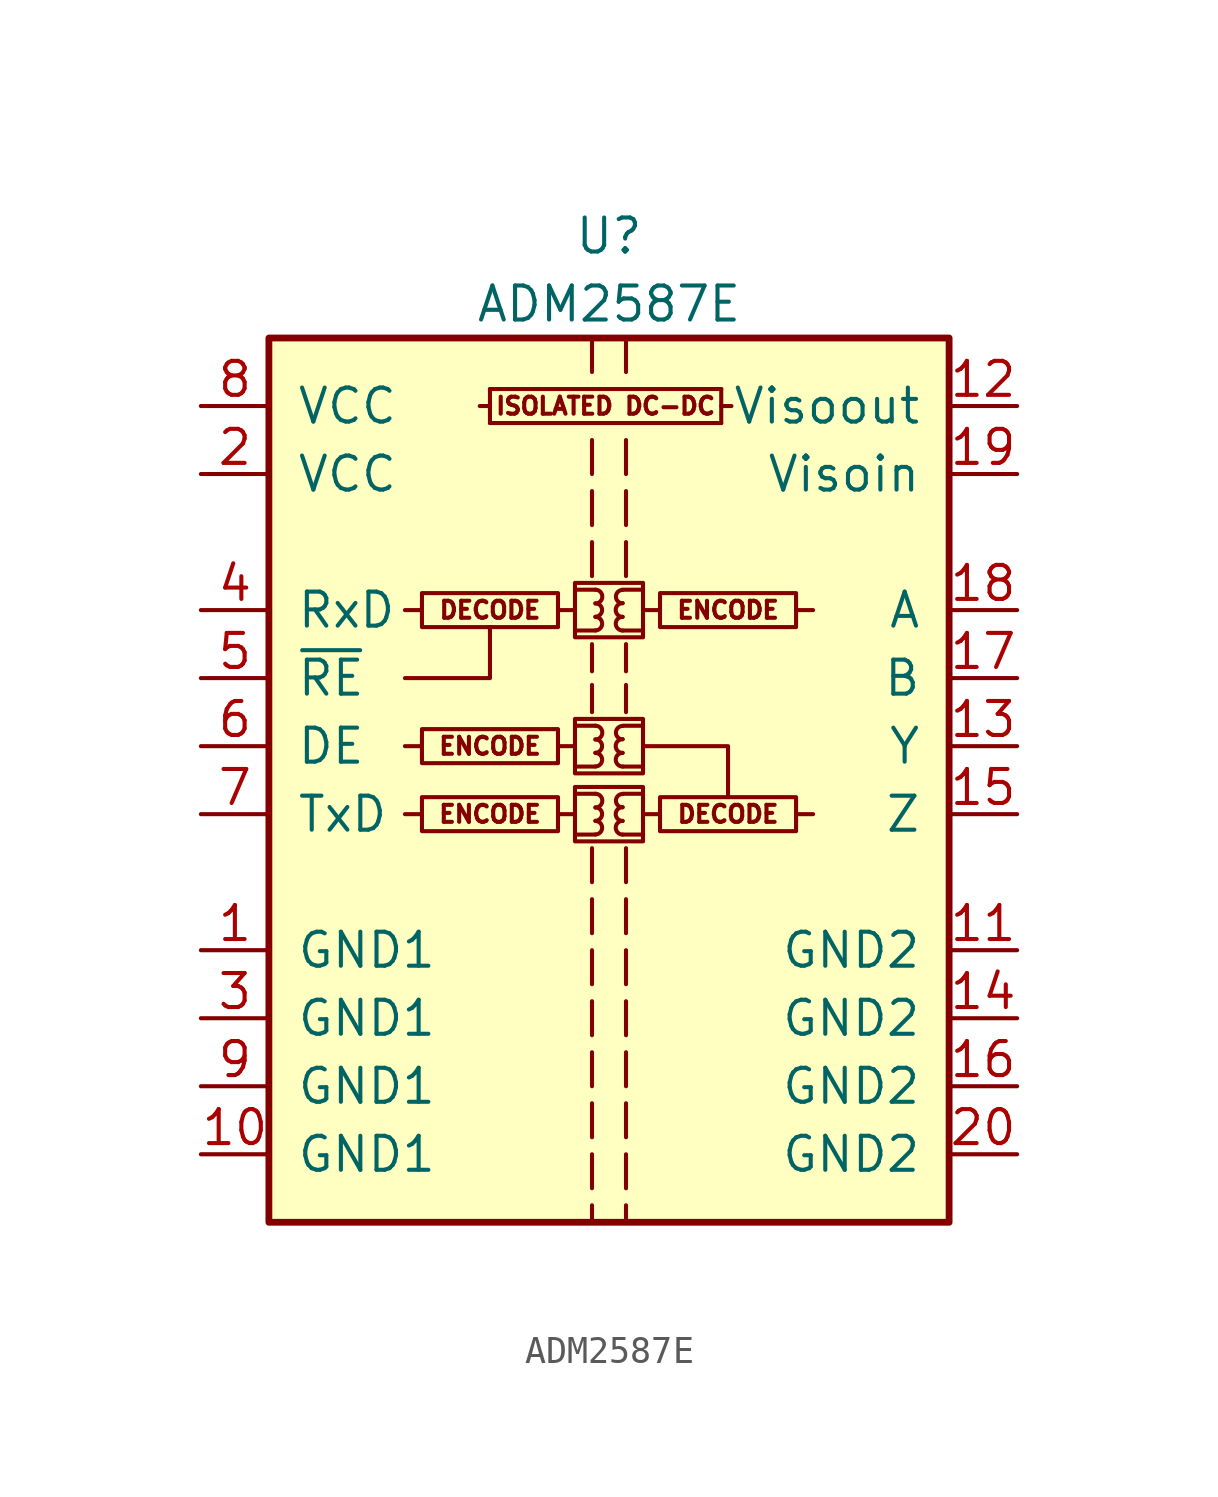
<source format=kicad_sym>
(kicad_symbol_lib
  (version 20201005)
  (generator kicad_symbol_editor)
  (symbol "ADM2587E"
    (pin_names
      (offset 1.016))
    (property "Reference" "U"
      (at 0 21.59 0)
      (effects (font (size 1.27 1.27))))
    (property "Value" "ADM2587E"
      (at 0 19.05 0)
      (effects (font (size 1.27 1.27))))
    (symbol "ADM2587E_0_0"
      (arc (start -0.508 -0.762) (end -0.508 -0.254) (radius (at -0.508 -0.508) (length 0.254) (angles -89.9 89.9)) (stroke (width 0)) (fill (type none)))
      (arc (start -0.508 -0.254) (end -0.508 0.254) (radius (at -0.508 0) (length 0.254) (angles -89.9 89.9)) (stroke (width 0)) (fill (type none)))
      (arc (start -0.508 0.254) (end -0.508 0.762) (radius (at -0.508 0.508) (length 0.254) (angles -89.9 89.9)) (stroke (width 0)) (fill (type none)))
      (arc (start -0.508 1.778) (end -0.508 2.286) (radius (at -0.508 2.032) (length 0.254) (angles -89.9 89.9)) (stroke (width 0)) (fill (type none)))
      (arc (start -0.508 2.286) (end -0.508 2.794) (radius (at -0.508 2.54) (length 0.254) (angles -89.9 89.9)) (stroke (width 0)) (fill (type none)))
      (arc (start -0.508 2.794) (end -0.508 3.302) (radius (at -0.508 3.048) (length 0.254) (angles -89.9 89.9)) (stroke (width 0)) (fill (type none)))
      (arc (start -0.508 6.858) (end -0.508 7.366) (radius (at -0.508 7.112) (length 0.254) (angles -89.9 89.9)) (stroke (width 0)) (fill (type none)))
      (arc (start -0.508 7.366) (end -0.508 7.874) (radius (at -0.508 7.62) (length 0.254) (angles -89.9 89.9)) (stroke (width 0)) (fill (type none)))
      (arc (start -0.508 7.874) (end -0.508 8.382) (radius (at -0.508 8.128) (length 0.254) (angles -89.9 89.9)) (stroke (width 0)) (fill (type none)))
      (arc (start 0.508 -0.254) (end 0.508 -0.762) (radius (at 0.508 -0.508) (length 0.254) (angles 90.1 -90.1)) (stroke (width 0)) (fill (type none)))
      (arc (start 0.508 0.254) (end 0.508 -0.254) (radius (at 0.508 0) (length 0.254) (angles 90.1 -90.1)) (stroke (width 0)) (fill (type none)))
      (arc (start 0.508 0.762) (end 0.508 0.254) (radius (at 0.508 0.508) (length 0.254) (angles 90.1 -90.1)) (stroke (width 0)) (fill (type none)))
      (arc (start 0.508 2.286) (end 0.508 1.778) (radius (at 0.508 2.032) (length 0.254) (angles 90.1 -90.1)) (stroke (width 0)) (fill (type none)))
      (arc (start 0.508 2.794) (end 0.508 2.286) (radius (at 0.508 2.54) (length 0.254) (angles 90.1 -90.1)) (stroke (width 0)) (fill (type none)))
      (arc (start 0.508 3.302) (end 0.508 2.794) (radius (at 0.508 3.048) (length 0.254) (angles 90.1 -90.1)) (stroke (width 0)) (fill (type none)))
      (arc (start 0.508 7.366) (end 0.508 6.858) (radius (at 0.508 7.112) (length 0.254) (angles 90.1 -90.1)) (stroke (width 0)) (fill (type none)))
      (arc (start 0.508 7.874) (end 0.508 7.366) (radius (at 0.508 7.62) (length 0.254) (angles 90.1 -90.1)) (stroke (width 0)) (fill (type none)))
      (arc (start 0.508 8.382) (end 0.508 7.874) (radius (at 0.508 8.128) (length 0.254) (angles 90.1 -90.1)) (stroke (width 0)) (fill (type none)))
      (text "DECODE" (at -4.445 7.62 0) (effects (font (size 0.635 0.635))))
      (text "DECODE" (at 4.445 0 0) (effects (font (size 0.635 0.635))))
      (text "ENCODE" (at -4.445 0 0) (effects (font (size 0.635 0.635))))
      (text "ENCODE" (at -4.445 2.54 0) (effects (font (size 0.635 0.635))))
      (text "ENCODE" (at 4.445 7.62 0) (effects (font (size 0.635 0.635))))
      (text "ISOLATED DC-DC" (at -0.127 15.24 0) (effects (font (size 0.635 0.635))))
      (rectangle (start -1.905 0.635) (end -6.985 -0.635) (stroke (width 0)) (fill (type none)))
      (rectangle (start -1.27 1.016) (end 1.27 -1.016) (stroke (width 0)) (fill (type none)))
      (rectangle (start -1.27 3.556) (end 1.27 1.524) (stroke (width 0)) (fill (type none)))
      (rectangle (start -1.27 8.636) (end 1.27 6.604) (stroke (width 0)) (fill (type none)))
      (rectangle (start 1.905 0.635) (end 6.985 -0.635) (stroke (width 0)) (fill (type none)))
      (rectangle (start 1.905 8.255) (end 6.985 6.985) (stroke (width 0)) (fill (type none)))
      (polyline (pts (xy -6.985 0) (xy -7.62 0)) (stroke (width 0)) (fill (type none)))
      (polyline (pts (xy -6.985 2.54) (xy -7.62 2.54)) (stroke (width 0)) (fill (type none)))
      (polyline (pts (xy -6.985 7.62) (xy -7.62 7.62)) (stroke (width 0)) (fill (type none)))
      (polyline (pts (xy -4.445 14.605) (xy 4.191 14.605)) (stroke (width 0)) (fill (type none)))
      (polyline (pts (xy -4.445 15.24) (xy -4.826 15.24)) (stroke (width 0)) (fill (type none)))
      (polyline (pts (xy -4.445 15.875) (xy -4.445 14.605)) (stroke (width 0)) (fill (type none)))
      (polyline (pts (xy -1.905 0) (xy -1.27 0)) (stroke (width 0)) (fill (type none)))
      (polyline (pts (xy -1.905 2.54) (xy -1.27 2.54)) (stroke (width 0)) (fill (type none)))
      (polyline (pts (xy -1.905 7.62) (xy -1.27 7.62)) (stroke (width 0)) (fill (type none)))
      (polyline (pts (xy -1.27 -0.762) (xy -0.508 -0.762)) (stroke (width 0)) (fill (type none)))
      (polyline (pts (xy -1.27 0.762) (xy -0.508 0.762)) (stroke (width 0)) (fill (type none)))
      (polyline (pts (xy -1.27 1.778) (xy -0.508 1.778)) (stroke (width 0)) (fill (type none)))
      (polyline (pts (xy -1.27 3.302) (xy -0.508 3.302)) (stroke (width 0)) (fill (type none)))
      (polyline (pts (xy -1.27 6.858) (xy -0.508 6.858)) (stroke (width 0)) (fill (type none)))
      (polyline (pts (xy -1.27 8.382) (xy -0.508 8.382)) (stroke (width 0)) (fill (type none)))
      (polyline (pts (xy -0.635 -14.605) (xy -0.635 -15.24)) (stroke (width 0)) (fill (type none)))
      (polyline (pts (xy -0.635 -12.7) (xy -0.635 -13.97)) (stroke (width 0)) (fill (type none)))
      (polyline (pts (xy -0.635 -10.795) (xy -0.635 -12.065)) (stroke (width 0)) (fill (type none)))
      (polyline (pts (xy -0.635 -8.89) (xy -0.635 -10.16)) (stroke (width 0)) (fill (type none)))
      (polyline (pts (xy -0.635 -6.985) (xy -0.635 -8.255)) (stroke (width 0)) (fill (type none)))
      (polyline (pts (xy -0.635 -5.08) (xy -0.635 -6.35)) (stroke (width 0)) (fill (type none)))
      (polyline (pts (xy -0.635 -3.175) (xy -0.635 -4.445)) (stroke (width 0)) (fill (type none)))
      (polyline (pts (xy -0.635 -1.27) (xy -0.635 -2.54)) (stroke (width 0)) (fill (type none)))
      (polyline (pts (xy -0.635 4.826) (xy -0.635 3.81)) (stroke (width 0)) (fill (type none)))
      (polyline (pts (xy -0.635 6.35) (xy -0.635 5.334)) (stroke (width 0)) (fill (type none)))
      (polyline (pts (xy -0.635 8.89) (xy -0.635 10.16)) (stroke (width 0)) (fill (type none)))
      (polyline (pts (xy -0.635 10.795) (xy -0.635 12.065)) (stroke (width 0)) (fill (type none)))
      (polyline (pts (xy -0.635 12.7) (xy -0.635 13.97)) (stroke (width 0)) (fill (type none)))
      (polyline (pts (xy -0.635 17.78) (xy -0.635 16.51)) (stroke (width 0)) (fill (type none)))
      (polyline (pts (xy 0.635 -14.605) (xy 0.635 -15.24)) (stroke (width 0)) (fill (type none)))
      (polyline (pts (xy 0.635 -12.7) (xy 0.635 -13.97)) (stroke (width 0)) (fill (type none)))
      (polyline (pts (xy 0.635 -10.795) (xy 0.635 -12.065)) (stroke (width 0)) (fill (type none)))
      (polyline (pts (xy 0.635 -8.89) (xy 0.635 -10.16)) (stroke (width 0)) (fill (type none)))
      (polyline (pts (xy 0.635 -6.985) (xy 0.635 -8.255)) (stroke (width 0)) (fill (type none)))
      (polyline (pts (xy 0.635 -5.08) (xy 0.635 -6.35)) (stroke (width 0)) (fill (type none)))
      (polyline (pts (xy 0.635 -3.175) (xy 0.635 -4.445)) (stroke (width 0)) (fill (type none)))
      (polyline (pts (xy 0.635 -1.27) (xy 0.635 -2.54)) (stroke (width 0)) (fill (type none)))
      (polyline (pts (xy 0.635 3.81) (xy 0.635 4.826)) (stroke (width 0)) (fill (type none)))
      (polyline (pts (xy 0.635 6.35) (xy 0.635 5.334)) (stroke (width 0)) (fill (type none)))
      (polyline (pts (xy 0.635 8.89) (xy 0.635 10.16)) (stroke (width 0)) (fill (type none)))
      (polyline (pts (xy 0.635 12.065) (xy 0.635 10.795)) (stroke (width 0)) (fill (type none)))
      (polyline (pts (xy 0.635 13.97) (xy 0.635 12.7)) (stroke (width 0)) (fill (type none)))
      (polyline (pts (xy 0.635 17.78) (xy 0.635 16.51)) (stroke (width 0)) (fill (type none)))
      (polyline (pts (xy 1.27 -0.762) (xy 0.508 -0.762)) (stroke (width 0)) (fill (type none)))
      (polyline (pts (xy 1.27 0.762) (xy 0.508 0.762)) (stroke (width 0)) (fill (type none)))
      (polyline (pts (xy 1.27 1.778) (xy 0.508 1.778)) (stroke (width 0)) (fill (type none)))
      (polyline (pts (xy 1.27 3.302) (xy 0.508 3.302)) (stroke (width 0)) (fill (type none)))
      (polyline (pts (xy 1.27 6.858) (xy 0.508 6.858)) (stroke (width 0)) (fill (type none)))
      (polyline (pts (xy 1.27 8.382) (xy 0.508 8.382)) (stroke (width 0)) (fill (type none)))
      (polyline (pts (xy 1.905 0) (xy 1.27 0)) (stroke (width 0)) (fill (type none)))
      (polyline (pts (xy 1.905 7.62) (xy 1.27 7.62)) (stroke (width 0)) (fill (type none)))
      (polyline (pts (xy 4.191 15.24) (xy 4.572 15.24)) (stroke (width 0)) (fill (type none)))
      (polyline (pts (xy 4.191 15.875) (xy -4.445 15.875)) (stroke (width 0)) (fill (type none)))
      (polyline (pts (xy 4.191 15.875) (xy 4.191 14.605)) (stroke (width 0)) (fill (type none)))
      (polyline (pts (xy 6.985 0) (xy 7.62 0)) (stroke (width 0)) (fill (type none)))
      (polyline (pts (xy 6.985 7.62) (xy 7.62 7.62)) (stroke (width 0)) (fill (type none))))
    (symbol "ADM2587E_0_1"
      (rectangle (start -12.7 17.78) (end 12.7 -15.24) (stroke (width 0.254)) (fill (type background)))
      (rectangle (start -1.905 3.175) (end -6.985 1.905) (stroke (width 0)) (fill (type none)))
      (rectangle (start -1.905 8.255) (end -6.985 6.985) (stroke (width 0)) (fill (type none)))
      (polyline (pts (xy -7.62 5.08) (xy -4.445 5.08) (xy -4.445 6.985)) (stroke (width 0)) (fill (type none)))
      (polyline (pts (xy 1.27 2.54) (xy 4.445 2.54) (xy 4.445 0.635)) (stroke (width 0)) (fill (type none))))
    (symbol "ADM2587E_1_1"
      (pin power_in line (at -15.24 -5.08 0) (length 2.54) (name "GND1" (effects (font (size 1.27 1.27)))) (number "1" (effects (font (size 1.27 1.27)))))
      (pin power_in line (at -15.24 -12.7 0) (length 2.54) (name "GND1" (effects (font (size 1.27 1.27)))) (number "10" (effects (font (size 1.27 1.27)))))
      (pin power_in line (at 15.24 -5.08 180) (length 2.54) (name "GND2" (effects (font (size 1.27 1.27)))) (number "11" (effects (font (size 1.27 1.27)))))
      (pin power_out line (at 15.24 15.24 180) (length 2.54) (name "Visoout" (effects (font (size 1.27 1.27)))) (number "12" (effects (font (size 1.27 1.27)))))
      (pin output line (at 15.24 2.54 180) (length 2.54) (name "Y" (effects (font (size 1.27 1.27)))) (number "13" (effects (font (size 1.27 1.27)))))
      (pin power_in line (at 15.24 -7.62 180) (length 2.54) (name "GND2" (effects (font (size 1.27 1.27)))) (number "14" (effects (font (size 1.27 1.27)))))
      (pin output line (at 15.24 0 180) (length 2.54) (name "Z" (effects (font (size 1.27 1.27)))) (number "15" (effects (font (size 1.27 1.27)))))
      (pin power_in line (at 15.24 -10.16 180) (length 2.54) (name "GND2" (effects (font (size 1.27 1.27)))) (number "16" (effects (font (size 1.27 1.27)))))
      (pin input line (at 15.24 5.08 180) (length 2.54) (name "B" (effects (font (size 1.27 1.27)))) (number "17" (effects (font (size 1.27 1.27)))))
      (pin input line (at 15.24 7.62 180) (length 2.54) (name "A" (effects (font (size 1.27 1.27)))) (number "18" (effects (font (size 1.27 1.27)))))
      (pin power_in line (at 15.24 12.7 180) (length 2.54) (name "Visoin" (effects (font (size 1.27 1.27)))) (number "19" (effects (font (size 1.27 1.27)))))
      (pin power_in line (at -15.24 12.7 0) (length 2.54) (name "VCC" (effects (font (size 1.27 1.27)))) (number "2" (effects (font (size 1.27 1.27)))))
      (pin power_in line (at 15.24 -12.7 180) (length 2.54) (name "GND2" (effects (font (size 1.27 1.27)))) (number "20" (effects (font (size 1.27 1.27)))))
      (pin power_in line (at -15.24 -7.62 0) (length 2.54) (name "GND1" (effects (font (size 1.27 1.27)))) (number "3" (effects (font (size 1.27 1.27)))))
      (pin output line (at -15.24 7.62 0) (length 2.54) (name "RxD" (effects (font (size 1.27 1.27)))) (number "4" (effects (font (size 1.27 1.27)))))
      (pin input line (at -15.24 5.08 0) (length 2.54) (name "~RE" (effects (font (size 1.27 1.27)))) (number "5" (effects (font (size 1.27 1.27)))))
      (pin input line (at -15.24 2.54 0) (length 2.54) (name "DE" (effects (font (size 1.27 1.27)))) (number "6" (effects (font (size 1.27 1.27)))))
      (pin input line (at -15.24 0 0) (length 2.54) (name "TxD" (effects (font (size 1.27 1.27)))) (number "7" (effects (font (size 1.27 1.27)))))
      (pin power_in line (at -15.24 15.24 0) (length 2.54) (name "VCC" (effects (font (size 1.27 1.27)))) (number "8" (effects (font (size 1.27 1.27)))))
      (pin power_in line (at -15.24 -10.16 0) (length 2.54) (name "GND1" (effects (font (size 1.27 1.27)))) (number "9" (effects (font (size 1.27 1.27))))))))
</source>
